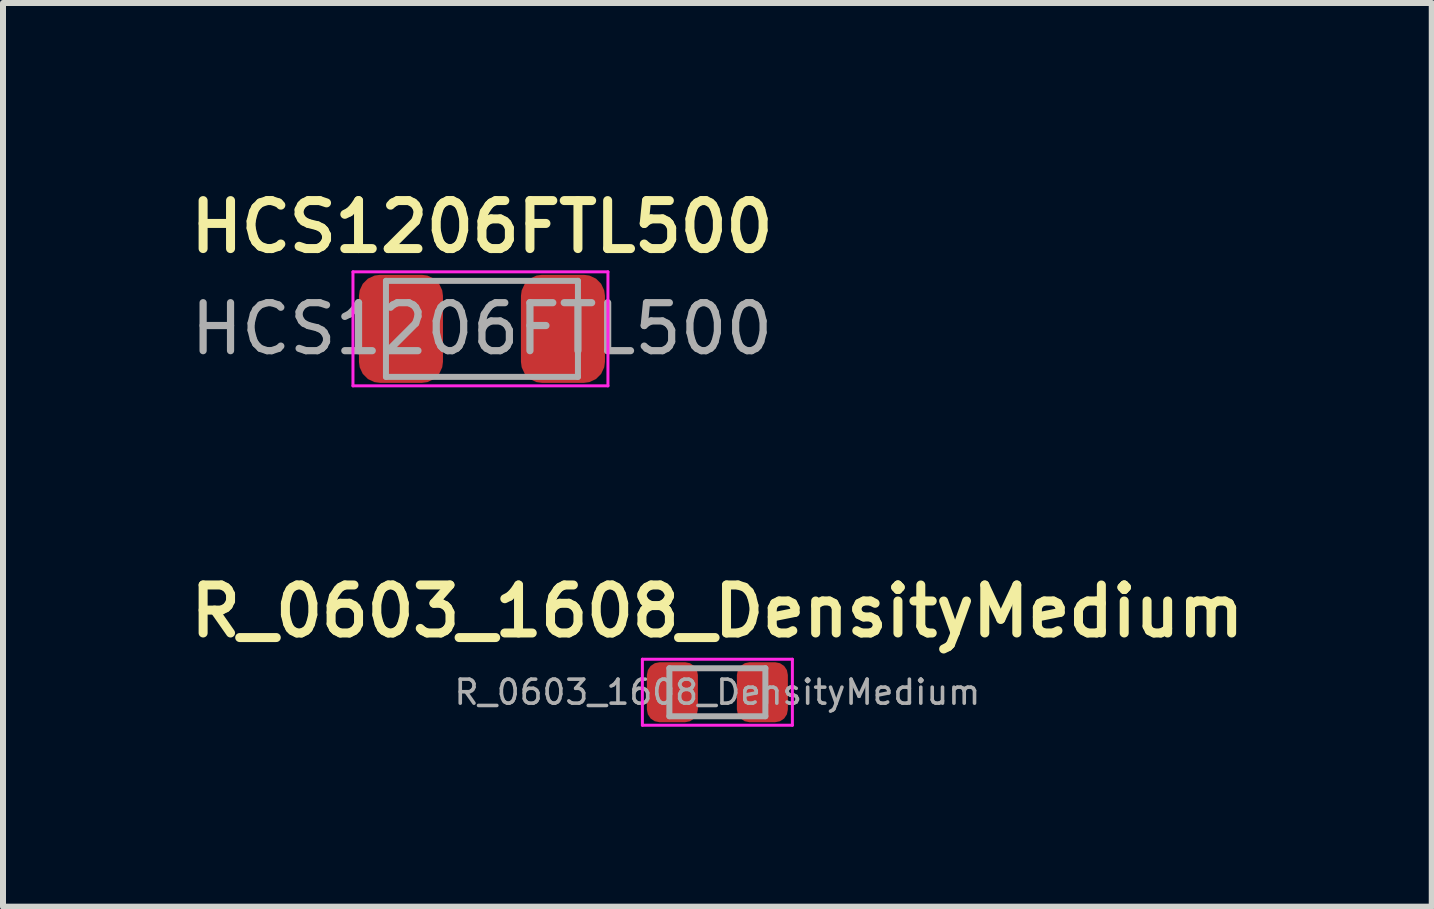
<source format=kicad_pcb>
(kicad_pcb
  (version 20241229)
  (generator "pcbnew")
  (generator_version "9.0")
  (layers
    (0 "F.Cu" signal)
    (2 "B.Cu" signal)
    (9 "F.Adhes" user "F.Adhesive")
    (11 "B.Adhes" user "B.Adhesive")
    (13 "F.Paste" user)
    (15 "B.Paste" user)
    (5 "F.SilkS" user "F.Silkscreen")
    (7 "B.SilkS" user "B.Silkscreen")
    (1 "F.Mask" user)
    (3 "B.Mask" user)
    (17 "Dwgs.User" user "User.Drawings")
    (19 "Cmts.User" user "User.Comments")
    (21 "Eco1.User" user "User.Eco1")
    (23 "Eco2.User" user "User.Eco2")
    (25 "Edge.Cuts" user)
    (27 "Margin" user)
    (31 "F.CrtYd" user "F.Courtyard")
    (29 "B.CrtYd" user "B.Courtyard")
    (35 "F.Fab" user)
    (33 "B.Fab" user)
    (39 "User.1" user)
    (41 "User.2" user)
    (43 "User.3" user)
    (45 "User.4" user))
  (footprint "R_0603_1608_DensityMedium"
    (layer "F.Cu")
    (at 8.907 8.488)
    (property "Reference" "R_0603_1608_DensityMedium" (at 0 -1.35 0) (layer "F.SilkS") (effects (font (size 0.8 0.8) (thickness 0.15))))
    (attr smd)
    (fp_line (start -1.25 -0.55) (end 1.25 -0.55) (stroke (width 0.05) (type solid)) (layer "F.CrtYd"))
    (fp_line (start -1.25 0.55) (end -1.25 -0.55) (stroke (width 0.05) (type solid)) (layer "F.CrtYd"))
    (fp_line (start 1.25 -0.55) (end 1.25 0.55) (stroke (width 0.05) (type solid)) (layer "F.CrtYd"))
    (fp_line (start 1.25 0.55) (end -1.25 0.55) (stroke (width 0.05) (type solid)) (layer "F.CrtYd"))
    (fp_line (start -0.8 -0.4) (end 0.8 -0.4) (stroke (width 0.1) (type solid)) (layer "F.Fab"))
    (fp_line (start -0.8 0.4) (end -0.8 -0.4) (stroke (width 0.1) (type solid)) (layer "F.Fab"))
    (fp_line (start 0.8 -0.4) (end 0.8 0.4) (stroke (width 0.1) (type solid)) (layer "F.Fab"))
    (fp_line (start 0.8 0.4) (end -0.8 0.4) (stroke (width 0.1) (type solid)) (layer "F.Fab"))
    (fp_text user "${REFERENCE}" (at 0 0 0) (layer "F.Fab") (effects (font (size 0.4 0.4) (thickness 0.06))))
    (pad "1" smd roundrect (at -0.75 0) (size 0.85 1) (layers "F.Cu" "F.Mask" "F.Paste") (roundrect_rratio 0.25))
    (pad "2" smd roundrect (at 0.75 0) (size 0.85 1) (layers "F.Cu" "F.Mask" "F.Paste") (roundrect_rratio 0.25)))
  (footprint "HCS1206FTL500"
    (layer "F.Cu")
    (at 4.983 2.431)
    (property "Reference" "HCS1206FTL500" (at 0 -1.7 0) (layer "F.SilkS") (effects (font (size 0.8 0.8) (thickness 0.15))))
    (attr smd)
    (fp_line (start -2.15 -0.95) (end 2.1 -0.95) (stroke (width 0.05) (type solid)) (layer "F.CrtYd"))
    (fp_line (start -2.15 0.95) (end -2.15 -0.95) (stroke (width 0.05) (type solid)) (layer "F.CrtYd"))
    (fp_line (start 2.1 -0.95) (end 2.1 0.95) (stroke (width 0.05) (type solid)) (layer "F.CrtYd"))
    (fp_line (start 2.1 0.95) (end -2.15 0.95) (stroke (width 0.05) (type solid)) (layer "F.CrtYd"))
    (fp_line (start -1.6 -0.8) (end 1.6 -0.8) (stroke (width 0.1) (type solid)) (layer "F.Fab"))
    (fp_line (start -1.6 0.8) (end -1.6 -0.8) (stroke (width 0.1) (type solid)) (layer "F.Fab"))
    (fp_line (start 1.6 -0.8) (end 1.6 0.8) (stroke (width 0.1) (type solid)) (layer "F.Fab"))
    (fp_line (start 1.6 0.8) (end -1.6 0.8) (stroke (width 0.1) (type solid)) (layer "F.Fab"))
    (fp_text user "${REFERENCE}" (at 0 0 0) (layer "F.Fab") (effects (font (size 0.8 0.8) (thickness 0.12))))
    (pad "1" smd roundrect (at -1.35 0) (size 1.4 1.8) (layers "F.Cu" "F.Mask" "F.Paste") (roundrect_rratio 0.25))
    (pad "2" smd roundrect (at 1.35 0) (size 1.4 1.8) (layers "F.Cu" "F.Mask" "F.Paste") (roundrect_rratio 0.25)))
  (gr_rect
    (start -3 -3)
    (end 20.814 12.062)
    (stroke (width 0.1) (type default))
    (fill no)
    (layer "Edge.Cuts")))
</source>
